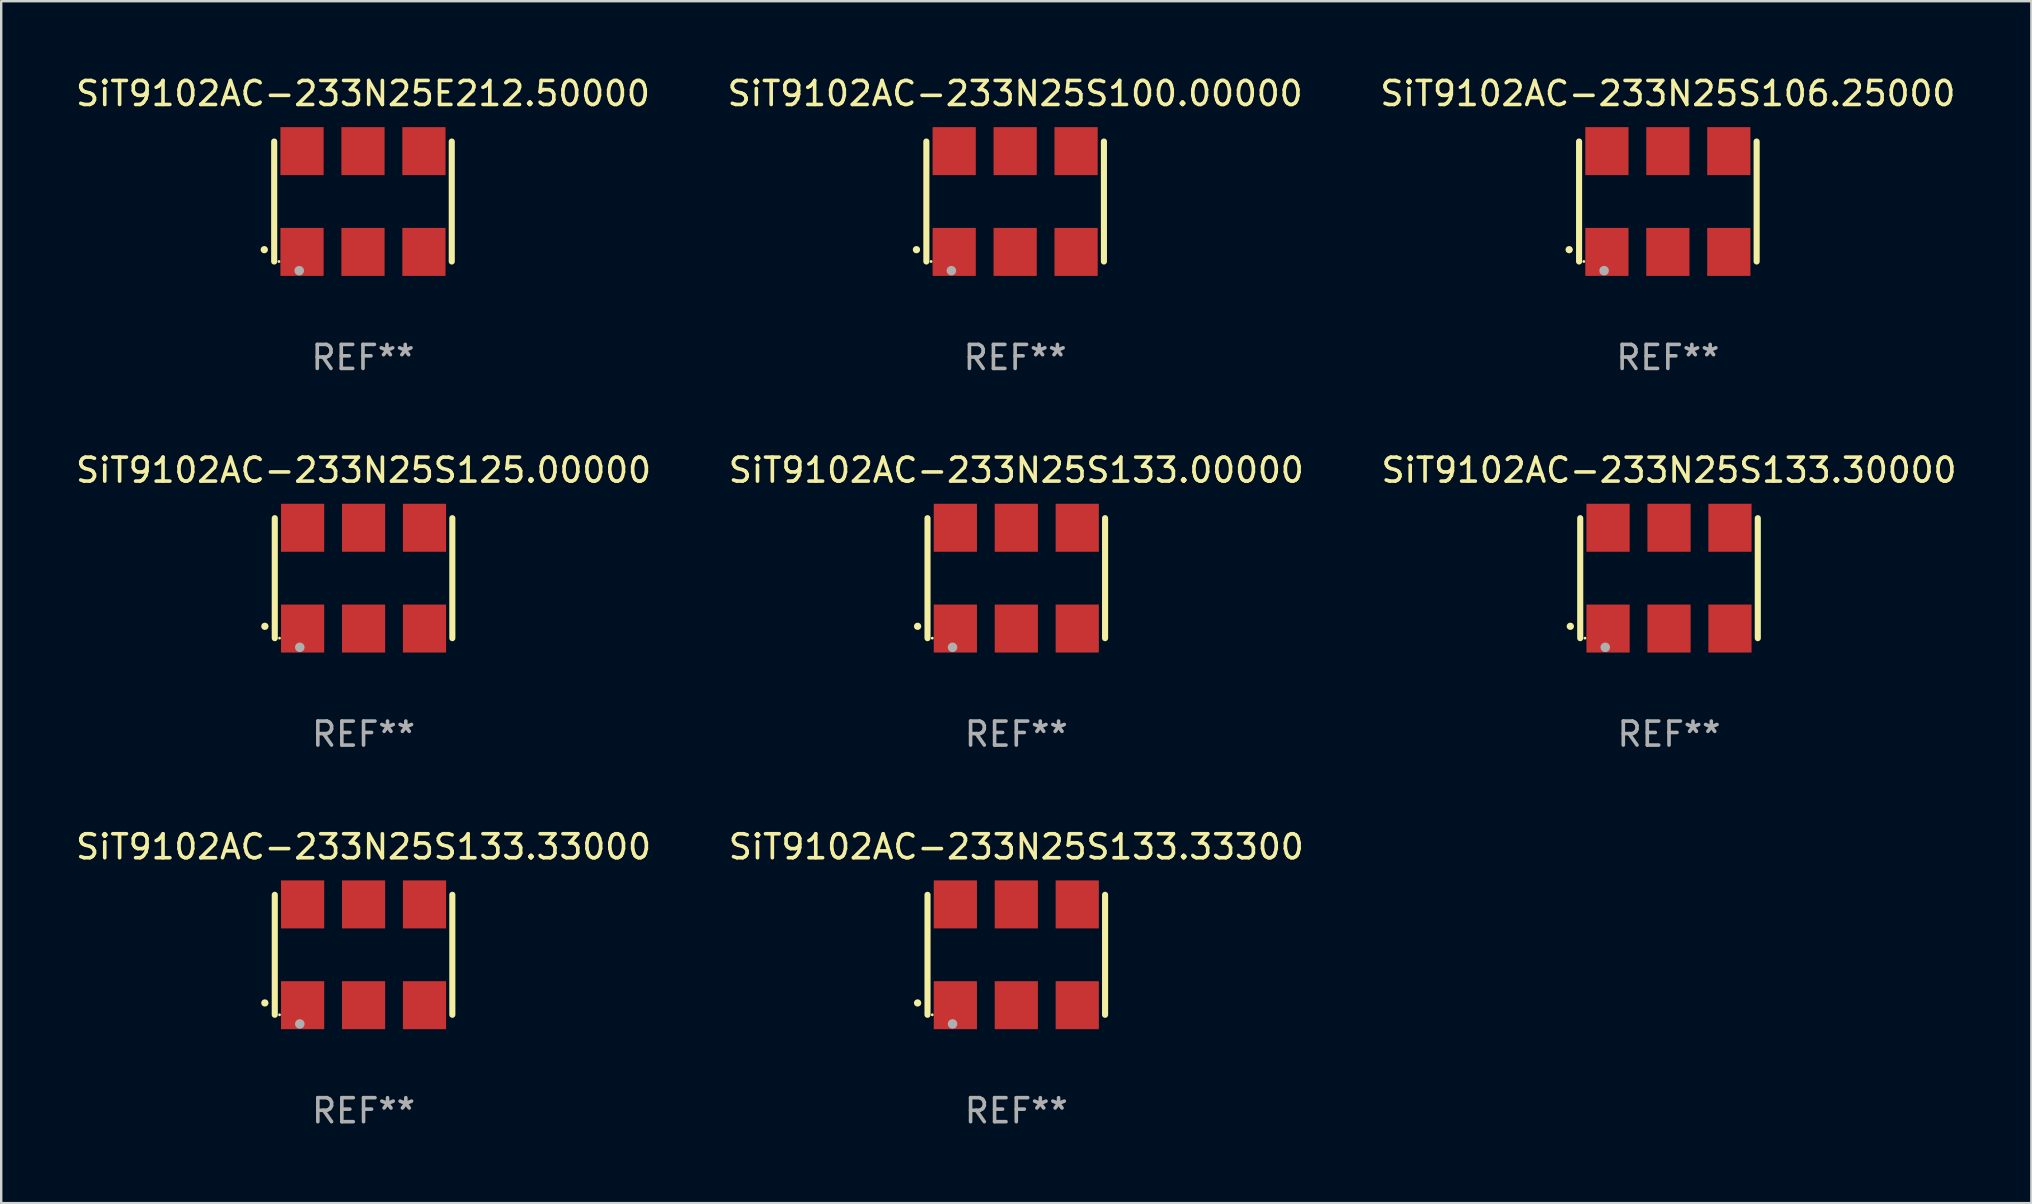
<source format=kicad_pcb>
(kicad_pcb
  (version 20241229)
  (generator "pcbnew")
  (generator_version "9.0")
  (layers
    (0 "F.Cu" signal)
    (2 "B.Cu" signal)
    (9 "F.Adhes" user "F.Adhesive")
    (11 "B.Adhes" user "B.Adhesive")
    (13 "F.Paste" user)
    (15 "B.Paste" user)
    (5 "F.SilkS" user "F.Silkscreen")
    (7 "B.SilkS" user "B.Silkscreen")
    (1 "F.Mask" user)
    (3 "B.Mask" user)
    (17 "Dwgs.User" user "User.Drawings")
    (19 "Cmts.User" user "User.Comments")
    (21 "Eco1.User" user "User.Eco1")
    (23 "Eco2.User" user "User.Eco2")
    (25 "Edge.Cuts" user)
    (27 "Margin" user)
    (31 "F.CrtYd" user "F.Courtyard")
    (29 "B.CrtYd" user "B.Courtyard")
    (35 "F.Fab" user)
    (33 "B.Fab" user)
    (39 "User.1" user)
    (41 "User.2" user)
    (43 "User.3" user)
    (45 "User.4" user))
  (footprint "SiT9102AC-233N25S133.33000"
    (layer "F.Cu")
    (at 12.101 36.741)
    (property "Reference" "SiT9102AC-233N25S133.33000" (at 0 -4.5 0) (layer "F.SilkS") (effects (font (size 1 1) (thickness 0.15))))
    (attr through_hole)
    (fp_line (start -3.7 -2.5) (end -3.7 2.5) (stroke (width 0.254) (type solid)) (layer "F.SilkS"))
    (fp_line (start 3.7 -2.5) (end 3.7 2.5) (stroke (width 0.254) (type solid)) (layer "F.SilkS"))
    (fp_arc (start -4.114415 2.006604) (mid -4.113145 2.006599) (end -4.111875 2.006604) (stroke (width 0.3) (type solid)) (layer "F.SilkS"))
    (fp_circle (center -3.502 2.5) (end -3.472 2.5) (stroke (width 0.06) (type solid)) (fill no) (layer "F.SilkS"))
    (fp_circle (center -2.657 2.882) (end -2.557 2.882) (stroke (width 0.2) (type solid)) (fill no) (layer "F.Fab"))
    (fp_text user "REF**" (at 0 6.5 0) (layer "F.Fab") (effects (font (size 1 1) (thickness 0.15))))
    (pad "1" smd rect (at -2.54 2.1) (size 1.8 2) (layers "F.Cu" "F.Mask" "F.Paste"))
    (pad "2" smd rect (at 0.000394 2.1) (size 1.8 2) (layers "F.Cu" "F.Mask" "F.Paste"))
    (pad "3" smd rect (at 2.54 2.1) (size 1.8 2) (layers "F.Cu" "F.Mask" "F.Paste"))
    (pad "4" smd rect (at 2.54 -2.1) (size 1.8 2) (layers "F.Cu" "F.Mask" "F.Paste"))
    (pad "5" smd rect (at 0.000394 -2.1) (size 1.8 2) (layers "F.Cu" "F.Mask" "F.Paste"))
    (pad "6" smd rect (at -2.54 -2.1) (size 1.8 2) (layers "F.Cu" "F.Mask" "F.Paste")))
  (footprint "SiT9102AC-233N25S133.33300"
    (layer "F.Cu")
    (at 39.304 36.741)
    (property "Reference" "SiT9102AC-233N25S133.33300" (at 0 -4.5 0) (layer "F.SilkS") (effects (font (size 1 1) (thickness 0.15))))
    (attr through_hole)
    (fp_line (start -3.7 -2.5) (end -3.7 2.5) (stroke (width 0.254) (type solid)) (layer "F.SilkS"))
    (fp_line (start 3.7 -2.5) (end 3.7 2.5) (stroke (width 0.254) (type solid)) (layer "F.SilkS"))
    (fp_arc (start -4.114415 2.006604) (mid -4.113145 2.006599) (end -4.111875 2.006604) (stroke (width 0.3) (type solid)) (layer "F.SilkS"))
    (fp_circle (center -3.502 2.5) (end -3.472 2.5) (stroke (width 0.06) (type solid)) (fill no) (layer "F.SilkS"))
    (fp_circle (center -2.657 2.882) (end -2.557 2.882) (stroke (width 0.2) (type solid)) (fill no) (layer "F.Fab"))
    (fp_text user "REF**" (at 0 6.5 0) (layer "F.Fab") (effects (font (size 1 1) (thickness 0.15))))
    (pad "1" smd rect (at -2.54 2.1) (size 1.8 2) (layers "F.Cu" "F.Mask" "F.Paste"))
    (pad "2" smd rect (at 0.000394 2.1) (size 1.8 2) (layers "F.Cu" "F.Mask" "F.Paste"))
    (pad "3" smd rect (at 2.54 2.1) (size 1.8 2) (layers "F.Cu" "F.Mask" "F.Paste"))
    (pad "4" smd rect (at 2.54 -2.1) (size 1.8 2) (layers "F.Cu" "F.Mask" "F.Paste"))
    (pad "5" smd rect (at 0.000394 -2.1) (size 1.8 2) (layers "F.Cu" "F.Mask" "F.Paste"))
    (pad "6" smd rect (at -2.54 -2.1) (size 1.8 2) (layers "F.Cu" "F.Mask" "F.Paste")))
  (footprint "SiT9102AC-233N25S100.00000"
    (layer "F.Cu")
    (at 39.256 5.348)
    (property "Reference" "SiT9102AC-233N25S100.00000" (at 0 -4.5 0) (layer "F.SilkS") (effects (font (size 1 1) (thickness 0.15))))
    (attr through_hole)
    (fp_line (start -3.7 -2.5) (end -3.7 2.5) (stroke (width 0.254) (type solid)) (layer "F.SilkS"))
    (fp_line (start 3.7 -2.5) (end 3.7 2.5) (stroke (width 0.254) (type solid)) (layer "F.SilkS"))
    (fp_arc (start -4.114415 2.006604) (mid -4.113145 2.006599) (end -4.111875 2.006604) (stroke (width 0.3) (type solid)) (layer "F.SilkS"))
    (fp_circle (center -3.502 2.5) (end -3.472 2.5) (stroke (width 0.06) (type solid)) (fill no) (layer "F.SilkS"))
    (fp_circle (center -2.657 2.882) (end -2.557 2.882) (stroke (width 0.2) (type solid)) (fill no) (layer "F.Fab"))
    (fp_text user "REF**" (at 0 6.5 0) (layer "F.Fab") (effects (font (size 1 1) (thickness 0.15))))
    (pad "1" smd rect (at -2.54 2.1) (size 1.8 2) (layers "F.Cu" "F.Mask" "F.Paste"))
    (pad "2" smd rect (at 0.000394 2.1) (size 1.8 2) (layers "F.Cu" "F.Mask" "F.Paste"))
    (pad "3" smd rect (at 2.54 2.1) (size 1.8 2) (layers "F.Cu" "F.Mask" "F.Paste"))
    (pad "4" smd rect (at 2.54 -2.1) (size 1.8 2) (layers "F.Cu" "F.Mask" "F.Paste"))
    (pad "5" smd rect (at 0.000394 -2.1) (size 1.8 2) (layers "F.Cu" "F.Mask" "F.Paste"))
    (pad "6" smd rect (at -2.54 -2.1) (size 1.8 2) (layers "F.Cu" "F.Mask" "F.Paste")))
  (footprint "SiT9102AC-233N25S125.00000"
    (layer "F.Cu")
    (at 12.101 21.045)
    (property "Reference" "SiT9102AC-233N25S125.00000" (at 0 -4.5 0) (layer "F.SilkS") (effects (font (size 1 1) (thickness 0.15))))
    (attr through_hole)
    (fp_line (start -3.7 -2.5) (end -3.7 2.5) (stroke (width 0.254) (type solid)) (layer "F.SilkS"))
    (fp_line (start 3.7 -2.5) (end 3.7 2.5) (stroke (width 0.254) (type solid)) (layer "F.SilkS"))
    (fp_arc (start -4.114415 2.006604) (mid -4.113145 2.006599) (end -4.111875 2.006604) (stroke (width 0.3) (type solid)) (layer "F.SilkS"))
    (fp_circle (center -3.502 2.5) (end -3.472 2.5) (stroke (width 0.06) (type solid)) (fill no) (layer "F.SilkS"))
    (fp_circle (center -2.657 2.882) (end -2.557 2.882) (stroke (width 0.2) (type solid)) (fill no) (layer "F.Fab"))
    (fp_text user "REF**" (at 0 6.5 0) (layer "F.Fab") (effects (font (size 1 1) (thickness 0.15))))
    (pad "1" smd rect (at -2.54 2.1) (size 1.8 2) (layers "F.Cu" "F.Mask" "F.Paste"))
    (pad "2" smd rect (at 0.000394 2.1) (size 1.8 2) (layers "F.Cu" "F.Mask" "F.Paste"))
    (pad "3" smd rect (at 2.54 2.1) (size 1.8 2) (layers "F.Cu" "F.Mask" "F.Paste"))
    (pad "4" smd rect (at 2.54 -2.1) (size 1.8 2) (layers "F.Cu" "F.Mask" "F.Paste"))
    (pad "5" smd rect (at 0.000394 -2.1) (size 1.8 2) (layers "F.Cu" "F.Mask" "F.Paste"))
    (pad "6" smd rect (at -2.54 -2.1) (size 1.8 2) (layers "F.Cu" "F.Mask" "F.Paste")))
  (footprint "SiT9102AC-233N25S133.30000"
    (layer "F.Cu")
    (at 66.506 21.045)
    (property "Reference" "SiT9102AC-233N25S133.30000" (at 0 -4.5 0) (layer "F.SilkS") (effects (font (size 1 1) (thickness 0.15))))
    (attr through_hole)
    (fp_line (start -3.7 -2.5) (end -3.7 2.5) (stroke (width 0.254) (type solid)) (layer "F.SilkS"))
    (fp_line (start 3.7 -2.5) (end 3.7 2.5) (stroke (width 0.254) (type solid)) (layer "F.SilkS"))
    (fp_arc (start -4.114415 2.006604) (mid -4.113145 2.006599) (end -4.111875 2.006604) (stroke (width 0.3) (type solid)) (layer "F.SilkS"))
    (fp_circle (center -3.502 2.5) (end -3.472 2.5) (stroke (width 0.06) (type solid)) (fill no) (layer "F.SilkS"))
    (fp_circle (center -2.657 2.882) (end -2.557 2.882) (stroke (width 0.2) (type solid)) (fill no) (layer "F.Fab"))
    (fp_text user "REF**" (at 0 6.5 0) (layer "F.Fab") (effects (font (size 1 1) (thickness 0.15))))
    (pad "1" smd rect (at -2.54 2.1) (size 1.8 2) (layers "F.Cu" "F.Mask" "F.Paste"))
    (pad "2" smd rect (at 0.000394 2.1) (size 1.8 2) (layers "F.Cu" "F.Mask" "F.Paste"))
    (pad "3" smd rect (at 2.54 2.1) (size 1.8 2) (layers "F.Cu" "F.Mask" "F.Paste"))
    (pad "4" smd rect (at 2.54 -2.1) (size 1.8 2) (layers "F.Cu" "F.Mask" "F.Paste"))
    (pad "5" smd rect (at 0.000394 -2.1) (size 1.8 2) (layers "F.Cu" "F.Mask" "F.Paste"))
    (pad "6" smd rect (at -2.54 -2.1) (size 1.8 2) (layers "F.Cu" "F.Mask" "F.Paste")))
  (footprint "SiT9102AC-233N25S133.00000"
    (layer "F.Cu")
    (at 39.304 21.045)
    (property "Reference" "SiT9102AC-233N25S133.00000" (at 0 -4.5 0) (layer "F.SilkS") (effects (font (size 1 1) (thickness 0.15))))
    (attr through_hole)
    (fp_line (start -3.7 -2.5) (end -3.7 2.5) (stroke (width 0.254) (type solid)) (layer "F.SilkS"))
    (fp_line (start 3.7 -2.5) (end 3.7 2.5) (stroke (width 0.254) (type solid)) (layer "F.SilkS"))
    (fp_arc (start -4.114415 2.006604) (mid -4.113145 2.006599) (end -4.111875 2.006604) (stroke (width 0.3) (type solid)) (layer "F.SilkS"))
    (fp_circle (center -3.502 2.5) (end -3.472 2.5) (stroke (width 0.06) (type solid)) (fill no) (layer "F.SilkS"))
    (fp_circle (center -2.657 2.882) (end -2.557 2.882) (stroke (width 0.2) (type solid)) (fill no) (layer "F.Fab"))
    (fp_text user "REF**" (at 0 6.5 0) (layer "F.Fab") (effects (font (size 1 1) (thickness 0.15))))
    (pad "1" smd rect (at -2.54 2.1) (size 1.8 2) (layers "F.Cu" "F.Mask" "F.Paste"))
    (pad "2" smd rect (at 0.000394 2.1) (size 1.8 2) (layers "F.Cu" "F.Mask" "F.Paste"))
    (pad "3" smd rect (at 2.54 2.1) (size 1.8 2) (layers "F.Cu" "F.Mask" "F.Paste"))
    (pad "4" smd rect (at 2.54 -2.1) (size 1.8 2) (layers "F.Cu" "F.Mask" "F.Paste"))
    (pad "5" smd rect (at 0.000394 -2.1) (size 1.8 2) (layers "F.Cu" "F.Mask" "F.Paste"))
    (pad "6" smd rect (at -2.54 -2.1) (size 1.8 2) (layers "F.Cu" "F.Mask" "F.Paste")))
  (footprint "SiT9102AC-233N25E212.50000"
    (layer "F.Cu")
    (at 12.077 5.348)
    (property "Reference" "SiT9102AC-233N25E212.50000" (at 0 -4.5 0) (layer "F.SilkS") (effects (font (size 1 1) (thickness 0.15))))
    (attr through_hole)
    (fp_line (start -3.7 -2.5) (end -3.7 2.5) (stroke (width 0.254) (type solid)) (layer "F.SilkS"))
    (fp_line (start 3.7 -2.5) (end 3.7 2.5) (stroke (width 0.254) (type solid)) (layer "F.SilkS"))
    (fp_arc (start -4.114415 2.006604) (mid -4.113145 2.006599) (end -4.111875 2.006604) (stroke (width 0.3) (type solid)) (layer "F.SilkS"))
    (fp_circle (center -3.502 2.5) (end -3.472 2.5) (stroke (width 0.06) (type solid)) (fill no) (layer "F.SilkS"))
    (fp_circle (center -2.657 2.882) (end -2.557 2.882) (stroke (width 0.2) (type solid)) (fill no) (layer "F.Fab"))
    (fp_text user "REF**" (at 0 6.5 0) (layer "F.Fab") (effects (font (size 1 1) (thickness 0.15))))
    (pad "1" smd rect (at -2.54 2.1) (size 1.8 2) (layers "F.Cu" "F.Mask" "F.Paste"))
    (pad "2" smd rect (at 0.000394 2.1) (size 1.8 2) (layers "F.Cu" "F.Mask" "F.Paste"))
    (pad "3" smd rect (at 2.54 2.1) (size 1.8 2) (layers "F.Cu" "F.Mask" "F.Paste"))
    (pad "4" smd rect (at 2.54 -2.1) (size 1.8 2) (layers "F.Cu" "F.Mask" "F.Paste"))
    (pad "5" smd rect (at 0.000394 -2.1) (size 1.8 2) (layers "F.Cu" "F.Mask" "F.Paste"))
    (pad "6" smd rect (at -2.54 -2.1) (size 1.8 2) (layers "F.Cu" "F.Mask" "F.Paste")))
  (footprint "SiT9102AC-233N25S106.25000"
    (layer "F.Cu")
    (at 66.458 5.348)
    (property "Reference" "SiT9102AC-233N25S106.25000" (at 0 -4.5 0) (layer "F.SilkS") (effects (font (size 1 1) (thickness 0.15))))
    (attr through_hole)
    (fp_line (start -3.7 -2.5) (end -3.7 2.5) (stroke (width 0.254) (type solid)) (layer "F.SilkS"))
    (fp_line (start 3.7 -2.5) (end 3.7 2.5) (stroke (width 0.254) (type solid)) (layer "F.SilkS"))
    (fp_arc (start -4.114415 2.006604) (mid -4.113145 2.006599) (end -4.111875 2.006604) (stroke (width 0.3) (type solid)) (layer "F.SilkS"))
    (fp_circle (center -3.502 2.5) (end -3.472 2.5) (stroke (width 0.06) (type solid)) (fill no) (layer "F.SilkS"))
    (fp_circle (center -2.657 2.882) (end -2.557 2.882) (stroke (width 0.2) (type solid)) (fill no) (layer "F.Fab"))
    (fp_text user "REF**" (at 0 6.5 0) (layer "F.Fab") (effects (font (size 1 1) (thickness 0.15))))
    (pad "1" smd rect (at -2.54 2.1) (size 1.8 2) (layers "F.Cu" "F.Mask" "F.Paste"))
    (pad "2" smd rect (at 0.000394 2.1) (size 1.8 2) (layers "F.Cu" "F.Mask" "F.Paste"))
    (pad "3" smd rect (at 2.54 2.1) (size 1.8 2) (layers "F.Cu" "F.Mask" "F.Paste"))
    (pad "4" smd rect (at 2.54 -2.1) (size 1.8 2) (layers "F.Cu" "F.Mask" "F.Paste"))
    (pad "5" smd rect (at 0.000394 -2.1) (size 1.8 2) (layers "F.Cu" "F.Mask" "F.Paste"))
    (pad "6" smd rect (at -2.54 -2.1) (size 1.8 2) (layers "F.Cu" "F.Mask" "F.Paste")))
  (gr_rect
    (start -3 -3)
    (end 81.607 47.09)
    (stroke (width 0.1) (type default))
    (fill no)
    (layer "Edge.Cuts")))
</source>
